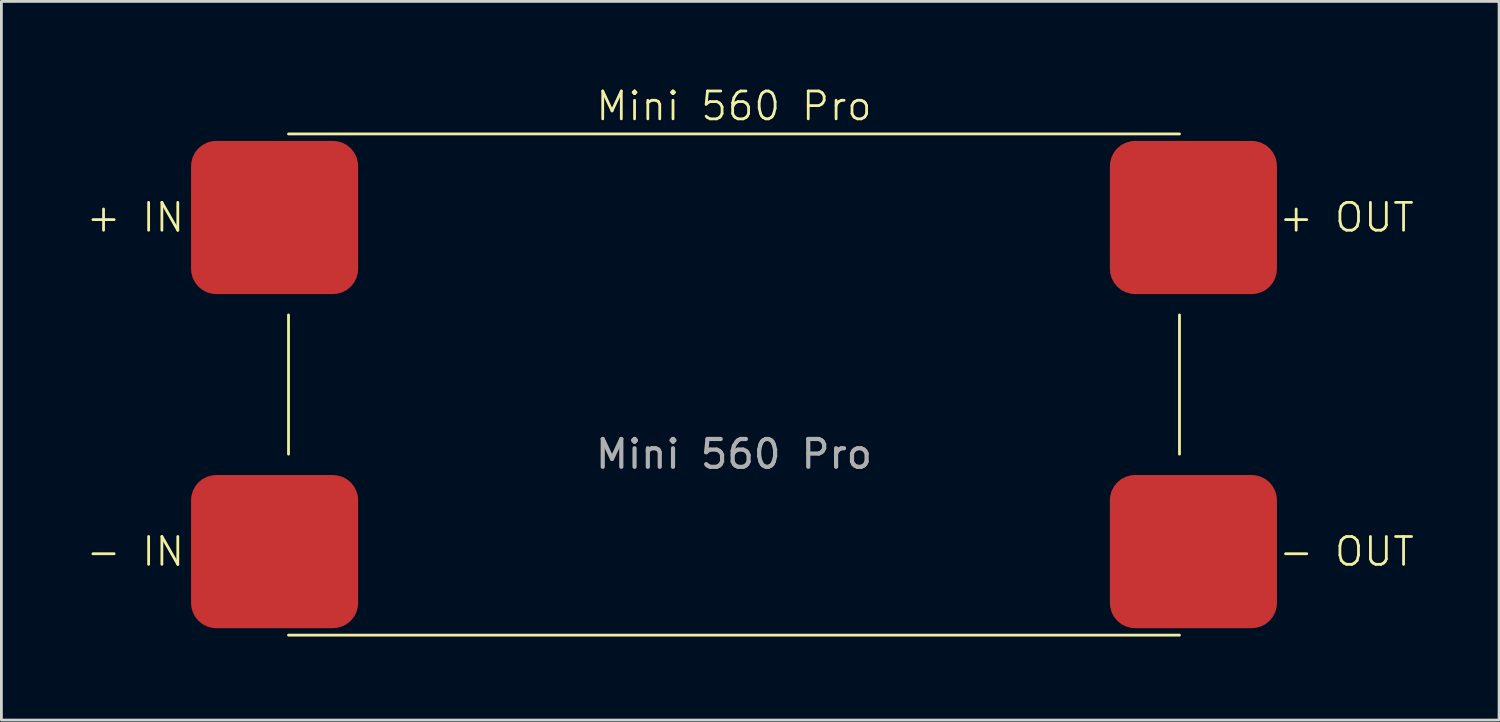
<source format=kicad_pcb>
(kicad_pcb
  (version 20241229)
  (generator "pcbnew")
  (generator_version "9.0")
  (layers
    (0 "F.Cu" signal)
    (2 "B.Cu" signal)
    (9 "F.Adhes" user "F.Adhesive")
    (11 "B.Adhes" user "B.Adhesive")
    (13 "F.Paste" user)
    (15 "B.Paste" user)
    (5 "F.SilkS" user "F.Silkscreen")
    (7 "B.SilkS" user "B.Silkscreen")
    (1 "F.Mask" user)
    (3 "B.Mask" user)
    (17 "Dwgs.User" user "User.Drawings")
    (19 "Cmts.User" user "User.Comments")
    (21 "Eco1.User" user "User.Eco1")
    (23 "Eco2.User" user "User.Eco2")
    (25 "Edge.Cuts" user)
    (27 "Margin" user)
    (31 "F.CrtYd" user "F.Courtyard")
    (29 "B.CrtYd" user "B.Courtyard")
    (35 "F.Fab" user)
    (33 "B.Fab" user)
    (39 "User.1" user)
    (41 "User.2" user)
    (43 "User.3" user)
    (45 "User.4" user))
  (footprint "Mini 560 Pro"
    (layer "F.Cu")
    (at 23.312 10.761)
    (property "Reference" "Mini 560 Pro" (at 0 -10 0) (unlocked yes) (layer "F.SilkS") (effects (font (size 1 1) (thickness 0.1))))
    (attr smd)
    (fp_line (start -16 -9) (end 16 -9) (stroke (width 0.1) (type default)) (layer "F.SilkS"))
    (fp_line (start -16 -2.5) (end -16 2.5) (stroke (width 0.1) (type default)) (layer "F.SilkS"))
    (fp_line (start 16 -2.5) (end 16 2.5) (stroke (width 0.1) (type default)) (layer "F.SilkS"))
    (fp_line (start 16 9) (end -16 9) (stroke (width 0.1) (type default)) (layer "F.SilkS"))
    (fp_text user "+ IN" (at -21.5 -6 0) (unlocked yes) (layer "F.SilkS") (effects (font (size 1 1) (thickness 0.1))))
    (fp_text user "- OUT" (at 22 6 0) (unlocked yes) (layer "F.SilkS") (effects (font (size 1 1) (thickness 0.1))))
    (fp_text user "+ OUT" (at 22 -6 0) (unlocked yes) (layer "F.SilkS") (effects (font (size 1 1) (thickness 0.1))))
    (fp_text user "- IN" (at -21.5 6 0) (unlocked yes) (layer "F.SilkS") (effects (font (size 1 1) (thickness 0.1))))
    (fp_text user "${REFERENCE}" (at 0 2.5 0) (unlocked yes) (layer "F.Fab") (effects (font (size 1 1) (thickness 0.15))))
    (pad "1" smd roundrect (at -16.5 -6) (size 6 5.5) (layers "F.Cu" "F.Mask" "F.Paste") (roundrect_rratio 0.164))
    (pad "2" smd roundrect (at -16.5 6) (size 6 5.5) (layers "F.Cu" "F.Mask" "F.Paste") (roundrect_rratio 0.164))
    (pad "3" smd roundrect (at 16.5 -6) (size 6 5.5) (layers "F.Cu" "F.Mask" "F.Paste") (roundrect_rratio 0.164))
    (pad "4" smd roundrect (at 16.5 6) (size 6 5.5) (layers "F.Cu" "F.Mask" "F.Paste") (roundrect_rratio 0.164))
    (zone (net_name "") (layer "F.SilkS") (hatch edge 0.5) (connect_pads) (min_thickness 0.25) (filled_areas_thickness no) (keepout (tracks allowed) (vias allowed) (pads not_allowed) (copperpour allowed) (footprints not_allowed)) (placement (enabled no)) (fill) (polygon (pts (xy 7.312 1.76) (xy 39.312 1.76) (xy 39.312 19.761) (xy 7.312 19.761)))))
  (gr_rect
    (start -3 -3)
    (end 50.79 22.811)
    (stroke (width 0.1) (type default))
    (fill no)
    (layer "Edge.Cuts")))
</source>
